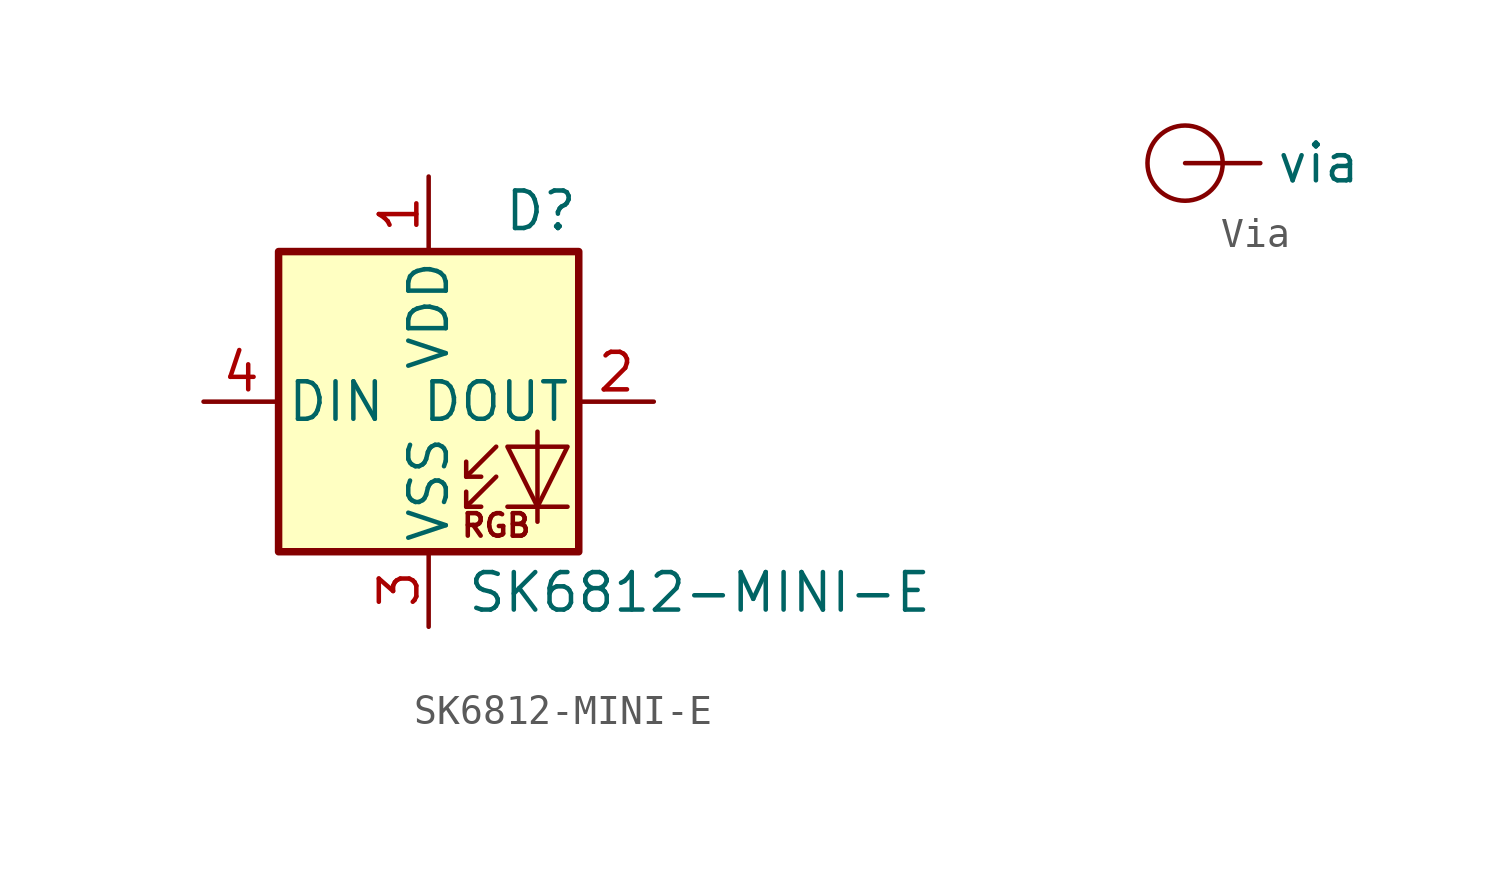
<source format=kicad_sym>
(kicad_symbol_lib
  (version 20211014)
  (generator kicad_symbol_editor)
  (symbol "SK6812-MINI-E"
    (pin_names
      (offset 0.254))
    (property "Reference" "D"
      (at 5.08 5.715 0)
      (effects (font (size 1.27 1.27)) (justify right bottom)))
    (property "Value" "SK6812-MINI-E"
      (at 1.27 -5.715 0)
      (effects (font (size 1.27 1.27)) (justify left top)))
    (symbol "SK6812-MINI-E_0_0"
      (text "RGB" (at 2.286 -4.191 0) (effects (font (size 0.762 0.762)))))
    (symbol "SK6812-MINI-E_0_1"
      (polyline (pts (xy 1.27 -3.556) (xy 1.778 -3.556)) (stroke (width 0) (type default) (color 0 0 0 0)) (fill (type none)))
      (polyline (pts (xy 1.27 -2.54) (xy 1.778 -2.54)) (stroke (width 0) (type default) (color 0 0 0 0)) (fill (type none)))
      (polyline (pts (xy 4.699 -3.556) (xy 2.667 -3.556)) (stroke (width 0) (type default) (color 0 0 0 0)) (fill (type none)))
      (polyline (pts (xy 2.286 -2.54) (xy 1.27 -3.556) (xy 1.27 -3.048)) (stroke (width 0) (type default) (color 0 0 0 0)) (fill (type none)))
      (polyline (pts (xy 2.286 -1.524) (xy 1.27 -2.54) (xy 1.27 -2.032)) (stroke (width 0) (type default) (color 0 0 0 0)) (fill (type none)))
      (polyline (pts (xy 3.683 -1.016) (xy 3.683 -3.556) (xy 3.683 -4.064)) (stroke (width 0) (type default) (color 0 0 0 0)) (fill (type none)))
      (polyline (pts (xy 4.699 -1.524) (xy 2.667 -1.524) (xy 3.683 -3.556) (xy 4.699 -1.524)) (stroke (width 0) (type default) (color 0 0 0 0)) (fill (type none)))
      (rectangle (start 5.08 5.08) (end -5.08 -5.08) (stroke (width 0.254) (type default) (color 0 0 0 0)) (fill (type background))))
    (symbol "SK6812-MINI-E_1_1"
      (pin power_in line (at 0 7.62 270) (length 2.54) (name "VDD" (effects (font (size 1.27 1.27)))) (number "1" (effects (font (size 1.27 1.27)))))
      (pin output line (at 7.62 0 180) (length 2.54) (name "DOUT" (effects (font (size 1.27 1.27)))) (number "2" (effects (font (size 1.27 1.27)))))
      (pin power_in line (at 0 -7.62 90) (length 2.54) (name "VSS" (effects (font (size 1.27 1.27)))) (number "3" (effects (font (size 1.27 1.27)))))
      (pin input line (at -7.62 0 0) (length 2.54) (name "DIN" (effects (font (size 1.27 1.27)))) (number "4" (effects (font (size 1.27 1.27)))))))
  (symbol "Via"
    (pin_numbers hide)
    (property "Reference" "V"
      (at 5.08 0 0)
      (effects (font (size 1.27 1.27)) (justify bottom) hide))
    (symbol "Via_0_1"
      (circle (center 0 0) (radius 1.27) (stroke (width 0) (type default) (color 0 0 0 0)) (fill (type none))))
    (symbol "Via_1_1"
      (pin passive line (at 0 0 0) (length 2.54) (name "via" (effects (font (size 1.27 1.27)))) (number "1" (effects (font (size 1.27 1.27))))))))
</source>
